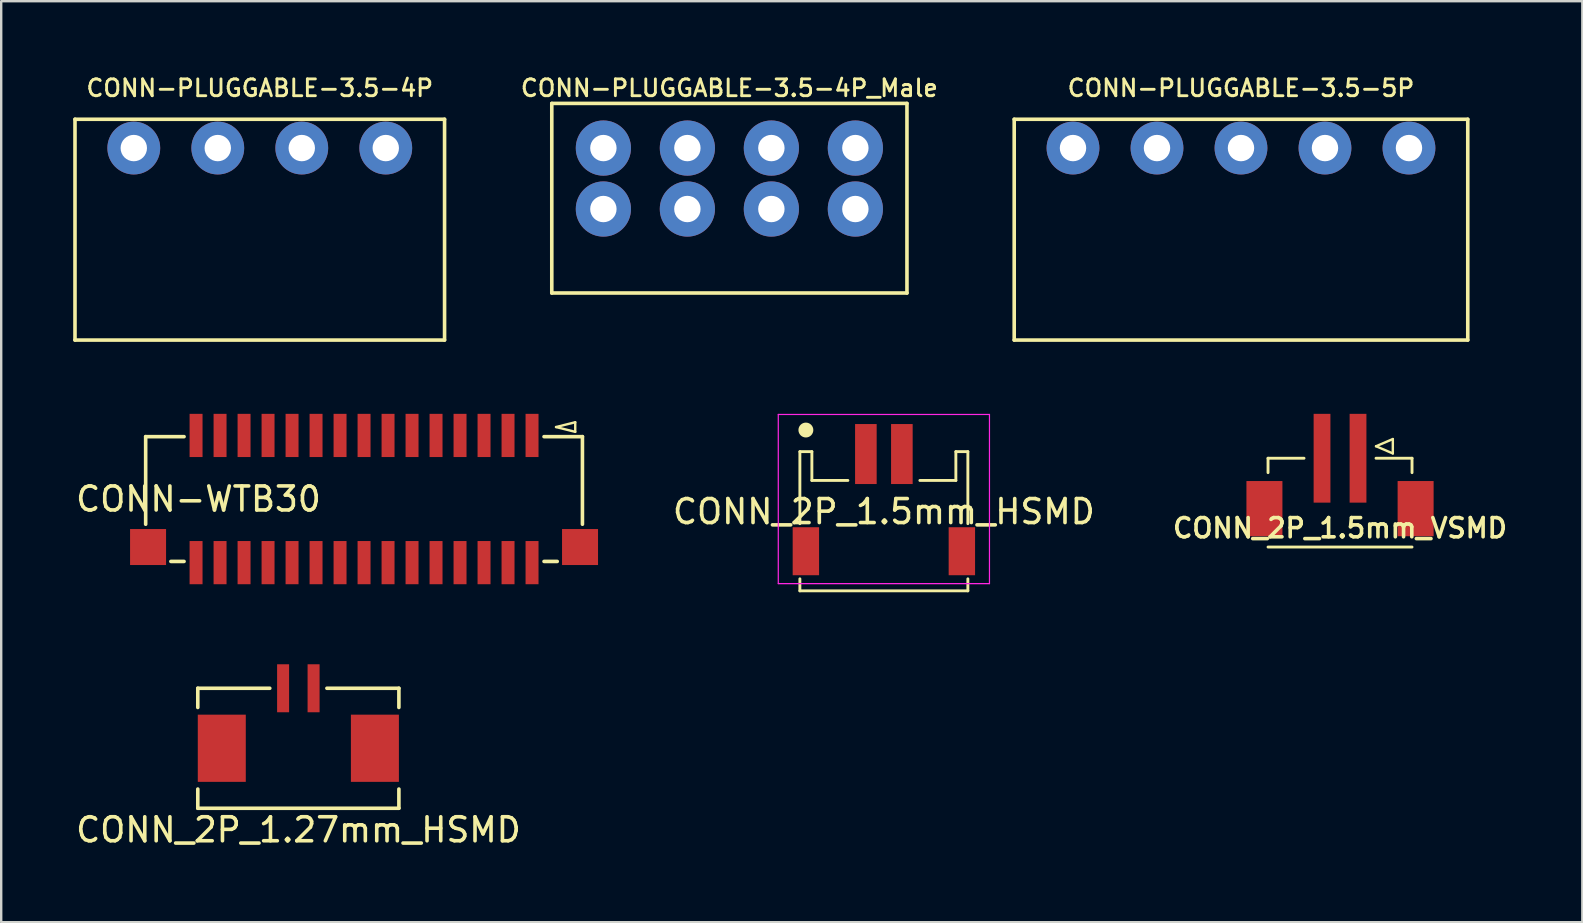
<source format=kicad_pcb>
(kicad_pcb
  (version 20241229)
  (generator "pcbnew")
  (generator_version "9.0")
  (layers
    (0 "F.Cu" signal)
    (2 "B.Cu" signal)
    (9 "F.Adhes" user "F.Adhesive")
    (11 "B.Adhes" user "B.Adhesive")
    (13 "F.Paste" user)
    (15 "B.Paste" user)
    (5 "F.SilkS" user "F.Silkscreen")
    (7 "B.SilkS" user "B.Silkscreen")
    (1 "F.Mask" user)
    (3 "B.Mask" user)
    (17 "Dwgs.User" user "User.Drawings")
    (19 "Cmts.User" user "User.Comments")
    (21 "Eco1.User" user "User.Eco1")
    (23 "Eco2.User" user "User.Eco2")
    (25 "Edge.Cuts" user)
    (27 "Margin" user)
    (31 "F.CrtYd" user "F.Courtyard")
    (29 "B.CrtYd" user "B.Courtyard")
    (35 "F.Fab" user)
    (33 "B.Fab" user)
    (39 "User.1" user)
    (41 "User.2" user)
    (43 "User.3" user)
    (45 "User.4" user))
  (footprint "CONN-PLUGGABLE-3.5-4P"
    (layer "F.Cu")
    (at 7.775 3.12)
    (property "Reference" "CONN-PLUGGABLE-3.5-4P" (at 0 -2.5 0) (layer "F.SilkS") (effects (font (size 0.7 0.7) (thickness 0.12))))
    (attr through_hole)
    (fp_line (start -7.7 8) (end -7.7 -1.2) (stroke (width 0.15) (type solid)) (layer "F.SilkS"))
    (fp_line (start -7.7 8) (end 7.7 8) (stroke (width 0.15) (type solid)) (layer "F.SilkS"))
    (fp_line (start 7.7 -1.2) (end -7.7 -1.2) (stroke (width 0.15) (type solid)) (layer "F.SilkS"))
    (fp_line (start 7.7 8) (end 7.7 -1.2) (stroke (width 0.15) (type solid)) (layer "F.SilkS"))
    (pad "1" thru_hole circle (at -5.25 0) (size 2.2 2.2) (drill 1.1) (layers "*.Cu" "*.Mask"))
    (pad "2" thru_hole circle (at -1.75 0) (size 2.2 2.2) (drill 1.1) (layers "*.Cu" "*.Mask"))
    (pad "3" thru_hole circle (at 1.75 0) (size 2.2 2.2) (drill 1.1) (layers "*.Cu" "*.Mask"))
    (pad "4" thru_hole circle (at 5.25 0) (size 2.2 2.2) (drill 1.1) (layers "*.Cu" "*.Mask")))
  (footprint "CONN_2P_1.5mm_HSMD"
    (layer "F.Cu")
    (at 33.781 15.87)
    (property "Reference" "CONN_2P_1.5mm_HSMD" (at 0 2.4 0) (layer "F.SilkS") (effects (font (size 1 1) (thickness 0.15))))
    (attr smd)
    (fp_line (start -3.5 -0.1) (end -3 -0.1) (stroke (width 0.12) (type solid)) (layer "F.SilkS"))
    (fp_line (start -3.5 2.9) (end -3.5 -0.1) (stroke (width 0.12) (type solid)) (layer "F.SilkS"))
    (fp_line (start -3.5 5.2) (end -3.5 5.7) (stroke (width 0.12) (type solid)) (layer "F.SilkS"))
    (fp_line (start -3.5 5.7) (end 3.5 5.7) (stroke (width 0.12) (type solid)) (layer "F.SilkS"))
    (fp_line (start -3 1.1) (end -3 -0.1) (stroke (width 0.12) (type solid)) (layer "F.SilkS"))
    (fp_line (start -1.5 1.1) (end -3 1.1) (stroke (width 0.12) (type solid)) (layer "F.SilkS"))
    (fp_line (start 1.5 1.1) (end 3 1.1) (stroke (width 0.12) (type solid)) (layer "F.SilkS"))
    (fp_line (start 3 1.1) (end 3 -0.1) (stroke (width 0.12) (type solid)) (layer "F.SilkS"))
    (fp_line (start 3.5 -0.1) (end 3 -0.1) (stroke (width 0.12) (type solid)) (layer "F.SilkS"))
    (fp_line (start 3.5 2.9) (end 3.5 -0.1) (stroke (width 0.12) (type solid)) (layer "F.SilkS"))
    (fp_line (start 3.5 5.7) (end 3.5 5.2) (stroke (width 0.12) (type solid)) (layer "F.SilkS"))
    (fp_circle (center -3.25 -1) (end -3 -1) (stroke (width 0.12) (type solid)) (fill yes) (layer "F.SilkS"))
    (fp_line (start -4.4 -1.65) (end -4.4 5.4) (stroke (width 0.05) (type solid)) (layer "F.CrtYd"))
    (fp_line (start -4.4 -1.65) (end 4.4 -1.65) (stroke (width 0.05) (type solid)) (layer "F.CrtYd"))
    (fp_line (start -4.4 5.4) (end 4.4 5.4) (stroke (width 0.05) (type solid)) (layer "F.CrtYd"))
    (fp_line (start 4.4 -1.65) (end 4.4 5.4) (stroke (width 0.05) (type solid)) (layer "F.CrtYd"))
    (pad "1" smd rect (at -0.75 0) (size 0.9 2.5) (layers "F.Cu" "F.Mask" "F.Paste"))
    (pad "2" smd rect (at 0.75 0) (size 0.9 2.5) (layers "F.Cu" "F.Mask" "F.Paste"))
    (pad "SH" smd rect (at -3.25 4.05) (size 1.1 2) (layers "F.Cu" "F.Mask" "F.Paste"))
    (pad "SH" smd rect (at 3.25 4.05) (size 1.1 2) (layers "F.Cu" "F.Mask" "F.Paste")))
  (footprint "CONN-WTB30"
    (layer "F.Cu")
    (at 12.12 17.745)
    (property "Reference" "CONN-WTB30" (at -6.9 0 0) (layer "F.SilkS") (effects (font (size 1 1) (thickness 0.15))))
    (attr through_hole)
    (fp_line (start -9.1 -2.6) (end -9.1 1.05) (stroke (width 0.15) (type solid)) (layer "F.SilkS"))
    (fp_line (start -8.05 2.6) (end -7.5 2.6) (stroke (width 0.15) (type solid)) (layer "F.SilkS"))
    (fp_line (start -7.5 -2.6) (end -9.1 -2.6) (stroke (width 0.15) (type solid)) (layer "F.SilkS"))
    (fp_line (start 7.5 -2.6) (end 9.1 -2.6) (stroke (width 0.15) (type solid)) (layer "F.SilkS"))
    (fp_line (start 8 -3) (end 8.8 -3.2) (stroke (width 0.1) (type solid)) (layer "F.SilkS"))
    (fp_line (start 8.05 2.6) (end 7.5 2.6) (stroke (width 0.15) (type solid)) (layer "F.SilkS"))
    (fp_line (start 8.8 -3.2) (end 8.8 -2.8) (stroke (width 0.1) (type solid)) (layer "F.SilkS"))
    (fp_line (start 8.8 -2.8) (end 8 -3) (stroke (width 0.1) (type solid)) (layer "F.SilkS"))
    (fp_line (start 9.1 -2.6) (end 9.1 1.05) (stroke (width 0.15) (type solid)) (layer "F.SilkS"))
    (pad "1" smd rect (at 7 -2.65) (size 0.54 1.8) (layers "F.Cu" "F.Mask" "F.Paste"))
    (pad "2" smd rect (at -9 2) (size 1.5 1.5) (layers "F.Cu" "F.Mask" "F.Paste"))
    (pad "2" smd rect (at 7 2.65) (size 0.54 1.8) (layers "F.Cu" "F.Mask" "F.Paste"))
    (pad "2" smd rect (at 9 2) (size 1.5 1.5) (layers "F.Cu" "F.Mask" "F.Paste"))
    (pad "3" smd rect (at 6 -2.65) (size 0.54 1.8) (layers "F.Cu" "F.Mask" "F.Paste"))
    (pad "4" smd rect (at 6 2.65) (size 0.54 1.8) (layers "F.Cu" "F.Mask" "F.Paste"))
    (pad "5" smd rect (at 5 -2.65) (size 0.54 1.8) (layers "F.Cu" "F.Mask" "F.Paste"))
    (pad "6" smd rect (at 5 2.65) (size 0.54 1.8) (layers "F.Cu" "F.Mask" "F.Paste"))
    (pad "7" smd rect (at 4 -2.65) (size 0.54 1.8) (layers "F.Cu" "F.Mask" "F.Paste"))
    (pad "8" smd rect (at 4 2.65) (size 0.54 1.8) (layers "F.Cu" "F.Mask" "F.Paste"))
    (pad "9" smd rect (at 3 -2.65) (size 0.54 1.8) (layers "F.Cu" "F.Mask" "F.Paste"))
    (pad "10" smd rect (at 3 2.65) (size 0.54 1.8) (layers "F.Cu" "F.Mask" "F.Paste"))
    (pad "11" smd rect (at 2 -2.65) (size 0.54 1.8) (layers "F.Cu" "F.Mask" "F.Paste"))
    (pad "12" smd rect (at 2 2.65) (size 0.54 1.8) (layers "F.Cu" "F.Mask" "F.Paste"))
    (pad "13" smd rect (at 1 -2.65) (size 0.54 1.8) (layers "F.Cu" "F.Mask" "F.Paste"))
    (pad "14" smd rect (at 1 2.65) (size 0.54 1.8) (layers "F.Cu" "F.Mask" "F.Paste"))
    (pad "15" smd rect (at 0 -2.65) (size 0.54 1.8) (layers "F.Cu" "F.Mask" "F.Paste"))
    (pad "16" smd rect (at 0 2.65) (size 0.54 1.8) (layers "F.Cu" "F.Mask" "F.Paste"))
    (pad "17" smd rect (at -1 -2.65) (size 0.54 1.8) (layers "F.Cu" "F.Mask" "F.Paste"))
    (pad "18" smd rect (at -1 2.65) (size 0.54 1.8) (layers "F.Cu" "F.Mask" "F.Paste"))
    (pad "19" smd rect (at -2 -2.65) (size 0.54 1.8) (layers "F.Cu" "F.Mask" "F.Paste"))
    (pad "20" smd rect (at -2 2.65) (size 0.54 1.8) (layers "F.Cu" "F.Mask" "F.Paste"))
    (pad "21" smd rect (at -3 -2.65) (size 0.54 1.8) (layers "F.Cu" "F.Mask" "F.Paste"))
    (pad "22" smd rect (at -3 2.65) (size 0.54 1.8) (layers "F.Cu" "F.Mask" "F.Paste"))
    (pad "23" smd rect (at -4 -2.65) (size 0.54 1.8) (layers "F.Cu" "F.Mask" "F.Paste"))
    (pad "24" smd rect (at -4 2.65) (size 0.54 1.8) (layers "F.Cu" "F.Mask" "F.Paste"))
    (pad "25" smd rect (at -5 -2.65) (size 0.54 1.8) (layers "F.Cu" "F.Mask" "F.Paste"))
    (pad "26" smd rect (at -5 2.65) (size 0.54 1.8) (layers "F.Cu" "F.Mask" "F.Paste"))
    (pad "27" smd rect (at -6 -2.65) (size 0.54 1.8) (layers "F.Cu" "F.Mask" "F.Paste"))
    (pad "28" smd rect (at -6 2.65) (size 0.54 1.8) (layers "F.Cu" "F.Mask" "F.Paste"))
    (pad "29" smd rect (at -7 -2.65) (size 0.54 1.8) (layers "F.Cu" "F.Mask" "F.Paste"))
    (pad "30" smd rect (at -7 2.65) (size 0.54 1.8) (layers "F.Cu" "F.Mask" "F.Paste")))
  (footprint "CONN-PLUGGABLE-3.5-5P"
    (layer "F.Cu")
    (at 48.662 3.12)
    (property "Reference" "CONN-PLUGGABLE-3.5-5P" (at 0 -2.5 0) (layer "F.SilkS") (effects (font (size 0.7 0.7) (thickness 0.12))))
    (attr through_hole)
    (fp_line (start -9.45 8) (end -9.45 -1.2) (stroke (width 0.15) (type solid)) (layer "F.SilkS"))
    (fp_line (start -9.45 8) (end 9.45 8) (stroke (width 0.15) (type solid)) (layer "F.SilkS"))
    (fp_line (start 9.45 -1.2) (end -9.45 -1.2) (stroke (width 0.15) (type solid)) (layer "F.SilkS"))
    (fp_line (start 9.45 8) (end 9.45 -1.2) (stroke (width 0.15) (type solid)) (layer "F.SilkS"))
    (pad "1" thru_hole circle (at -7 0) (size 2.2 2.2) (drill 1.1) (layers "*.Cu" "*.Mask"))
    (pad "2" thru_hole circle (at -3.5 0) (size 2.2 2.2) (drill 1.1) (layers "*.Cu" "*.Mask"))
    (pad "3" thru_hole circle (at 0 0) (size 2.2 2.2) (drill 1.1) (layers "*.Cu" "*.Mask"))
    (pad "4" thru_hole circle (at 3.5 0) (size 2.2 2.2) (drill 1.1) (layers "*.Cu" "*.Mask"))
    (pad "5" thru_hole circle (at 7 0) (size 2.2 2.2) (drill 1.1) (layers "*.Cu" "*.Mask")))
  (footprint "CONN_2P_1.5mm_VSMD"
    (layer "F.Cu")
    (at 52.789 19.745)
    (property "Reference" "CONN_2P_1.5mm_VSMD" (at 0 -0.79 0) (layer "F.SilkS") (effects (font (size 0.8 0.8) (thickness 0.15))))
    (attr through_hole)
    (fp_line (start -3 -3.7) (end -1.5 -3.7) (stroke (width 0.12) (type solid)) (layer "F.SilkS"))
    (fp_line (start -3 -3.1) (end -3 -3.7) (stroke (width 0.12) (type solid)) (layer "F.SilkS"))
    (fp_line (start -3 0) (end 3 0) (stroke (width 0.12) (type solid)) (layer "F.SilkS"))
    (fp_line (start 1.5 -4.2) (end 2.2 -4.5) (stroke (width 0.1) (type solid)) (layer "F.SilkS"))
    (fp_line (start 1.5 -3.7) (end 3 -3.7) (stroke (width 0.12) (type solid)) (layer "F.SilkS"))
    (fp_line (start 2.2 -4.5) (end 2.2 -3.9) (stroke (width 0.1) (type solid)) (layer "F.SilkS"))
    (fp_line (start 2.2 -3.9) (end 1.5 -4.2) (stroke (width 0.1) (type solid)) (layer "F.SilkS"))
    (fp_line (start 3 -3.7) (end 3 -3.1) (stroke (width 0.12) (type solid)) (layer "F.SilkS"))
    (pad "1" smd rect (at 0.75 -3.7) (size 0.7 3.7) (layers "F.Cu" "F.Mask" "F.Paste"))
    (pad "2" smd rect (at -0.75 -3.7) (size 0.7 3.7) (layers "F.Cu" "F.Mask" "F.Paste"))
    (pad "SH" smd rect (at -3.15 -1.6) (size 1.5 2.3) (layers "F.Cu" "F.Mask" "F.Paste"))
    (pad "SH" smd rect (at 3.15 -1.6) (size 1.5 2.3) (layers "F.Cu" "F.Mask" "F.Paste")))
  (footprint "CONN-PLUGGABLE-3.5-4P_Male"
    (layer "F.Cu")
    (at 27.343 3.12)
    (property "Reference" "CONN-PLUGGABLE-3.5-4P_Male" (at 0 -2.5 0) (layer "F.SilkS") (effects (font (size 0.7 0.7) (thickness 0.12))))
    (attr through_hole)
    (fp_line (start -7.4 6.04) (end -7.4 -1.86) (stroke (width 0.15) (type solid)) (layer "F.SilkS"))
    (fp_line (start -7.4 6.04) (end 7.4 6.04) (stroke (width 0.15) (type solid)) (layer "F.SilkS"))
    (fp_line (start 7.4 -1.86) (end -7.4 -1.86) (stroke (width 0.15) (type solid)) (layer "F.SilkS"))
    (fp_line (start 7.4 6.04) (end 7.4 -1.86) (stroke (width 0.15) (type solid)) (layer "F.SilkS"))
    (pad "1" thru_hole circle (at -5.25 0) (size 2.3 2.3) (drill 1.1) (layers "*.Cu" "*.Mask"))
    (pad "1" thru_hole circle (at -5.25 2.54) (size 2.3 2.3) (drill 1.1) (layers "*.Cu" "*.Mask"))
    (pad "2" thru_hole circle (at -1.75 0) (size 2.3 2.3) (drill 1.1) (layers "*.Cu" "*.Mask"))
    (pad "2" thru_hole circle (at -1.75 2.54) (size 2.3 2.3) (drill 1.1) (layers "*.Cu" "*.Mask"))
    (pad "3" thru_hole circle (at 1.75 0) (size 2.3 2.3) (drill 1.1) (layers "*.Cu" "*.Mask"))
    (pad "3" thru_hole circle (at 1.75 2.54) (size 2.3 2.3) (drill 1.1) (layers "*.Cu" "*.Mask"))
    (pad "4" thru_hole circle (at 5.25 0) (size 2.3 2.3) (drill 1.1) (layers "*.Cu" "*.Mask"))
    (pad "4" thru_hole circle (at 5.25 2.54) (size 2.3 2.3) (drill 1.1) (layers "*.Cu" "*.Mask")))
  (footprint "CONN_2P_1.27mm_HSMD"
    (layer "F.Cu")
    (at 9.387 30.63)
    (property "Reference" "CONN_2P_1.27mm_HSMD" (at 0 0.9 0) (layer "F.SilkS") (effects (font (size 1 1) (thickness 0.15))))
    (attr through_hole)
    (fp_line (start -4.195 -5) (end -1.195 -5) (stroke (width 0.15) (type solid)) (layer "F.SilkS"))
    (fp_line (start -4.195 -4.2) (end -4.195 -5) (stroke (width 0.15) (type solid)) (layer "F.SilkS"))
    (fp_line (start -4.195 0) (end -4.195 -0.8) (stroke (width 0.15) (type solid)) (layer "F.SilkS"))
    (fp_line (start 4.185 -5) (end 1.185 -5) (stroke (width 0.15) (type solid)) (layer "F.SilkS"))
    (fp_line (start 4.185 -5) (end 4.185 -4.2) (stroke (width 0.15) (type solid)) (layer "F.SilkS"))
    (fp_line (start 4.185 0) (end -4.195 0) (stroke (width 0.15) (type solid)) (layer "F.SilkS"))
    (fp_line (start 4.185 0) (end 4.185 -0.8) (stroke (width 0.15) (type solid)) (layer "F.SilkS"))
    (pad "1" smd rect (at -0.64 -5) (size 0.5 2) (layers "F.Cu" "F.Mask" "F.Paste"))
    (pad "2" smd rect (at 0.63 -5) (size 0.5 2) (layers "F.Cu" "F.Mask" "F.Paste"))
    (pad "8" smd rect (at -3.195 -2.5) (size 2 2.8) (layers "F.Cu" "F.Mask" "F.Paste"))
    (pad "8" smd rect (at 3.185 -2.5) (size 2 2.8) (layers "F.Cu" "F.Mask" "F.Paste")))
  (gr_rect
    (start -3 -3)
    (end 62.886 35.378)
    (stroke (width 0.1) (type default))
    (fill no)
    (layer "Edge.Cuts")))
</source>
